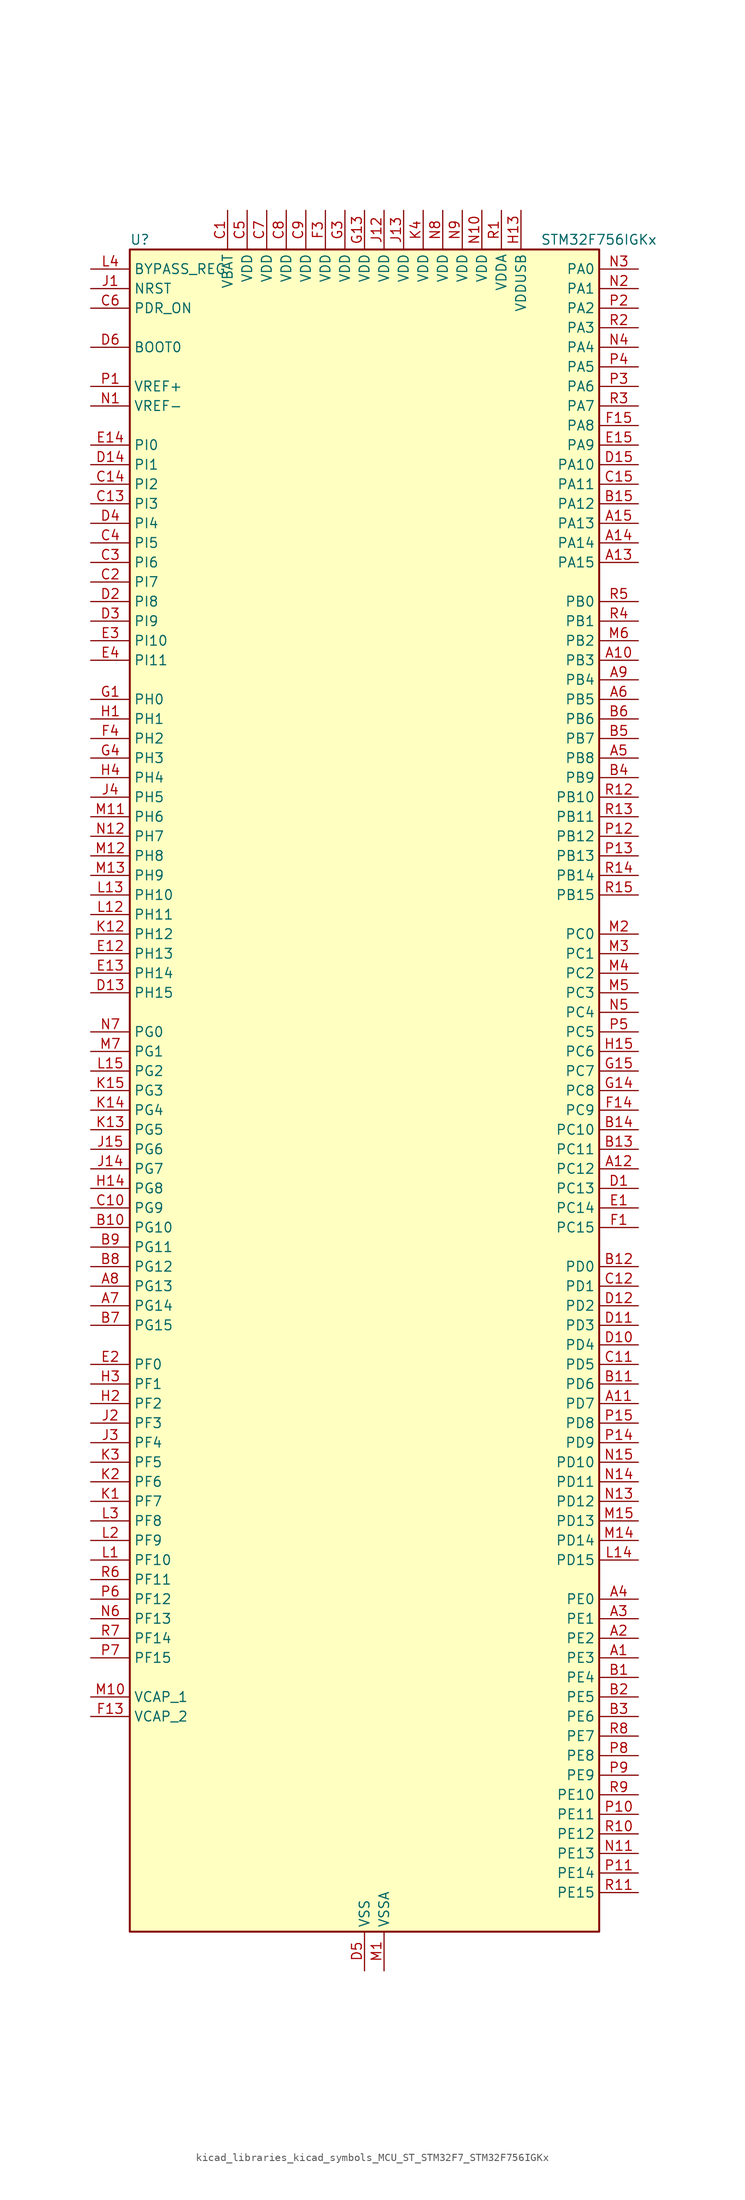
<source format=kicad_sym>
(kicad_symbol_lib
  (version 20220914)
  (generator kicad_symbol_editor)
  (symbol "kicad_libraries_kicad_symbols_MCU_ST_STM32F7_STM32F756IGKx"
    (property "Reference" "U"
      (at -30.48 110.49 0)
      (effects (font (size 1.27 1.27)) (justify left)))
    (property "Value" "STM32F756IGKx"
      (at 22.86 110.49 0)
      (effects (font (size 1.27 1.27)) (justify left)))
    (property "ki_locked" ""
      (at 0 0 0)
      (effects (font (size 1.27 1.27))))
    (symbol "kicad_libraries_kicad_symbols_MCU_ST_STM32F7_STM32F756IGKx_0_1"
      (rectangle (start -30.48 -109.22) (end 30.48 109.22) (stroke (width 0.254) (type default)) (fill (type background))))
    (symbol "kicad_libraries_kicad_symbols_MCU_ST_STM32F7_STM32F756IGKx_1_1"
      (pin bidirectional line (at 35.56 -73.66 180) (length 5.08) (name "PE3" (effects (font (size 1.27 1.27)))) (number "A1" (effects (font (size 1.27 1.27)))) (alternate "FMC_A19" bidirectional line) (alternate "SAI1_SD_B" bidirectional line) (alternate "SYS_TRACED0" bidirectional line))
      (pin bidirectional line (at 35.56 55.88 180) (length 5.08) (name "PB3" (effects (font (size 1.27 1.27)))) (number "A10" (effects (font (size 1.27 1.27)))) (alternate "I2S1_CK" bidirectional line) (alternate "I2S3_CK" bidirectional line) (alternate "SPI1_SCK" bidirectional line) (alternate "SPI3_SCK" bidirectional line) (alternate "SYS_JTDO-SWO" bidirectional line) (alternate "TIM2_CH2" bidirectional line))
      (pin bidirectional line (at 35.56 -40.64 180) (length 5.08) (name "PD7" (effects (font (size 1.27 1.27)))) (number "A11" (effects (font (size 1.27 1.27)))) (alternate "FMC_NE1" bidirectional line) (alternate "SPDIFRX_IN0" bidirectional line) (alternate "USART2_CK" bidirectional line))
      (pin bidirectional line (at 35.56 -10.16 180) (length 5.08) (name "PC12" (effects (font (size 1.27 1.27)))) (number "A12" (effects (font (size 1.27 1.27)))) (alternate "DCMI_D9" bidirectional line) (alternate "I2S3_SD" bidirectional line) (alternate "SDMMC1_CK" bidirectional line) (alternate "SPI3_MOSI" bidirectional line) (alternate "SYS_TRACED3" bidirectional line) (alternate "UART5_TX" bidirectional line) (alternate "USART3_CK" bidirectional line))
      (pin bidirectional line (at 35.56 68.58 180) (length 5.08) (name "PA15" (effects (font (size 1.27 1.27)))) (number "A13" (effects (font (size 1.27 1.27)))) (alternate "CEC" bidirectional line) (alternate "I2S1_WS" bidirectional line) (alternate "I2S3_WS" bidirectional line) (alternate "SPI1_NSS" bidirectional line) (alternate "SPI3_NSS" bidirectional line) (alternate "SYS_JTDI" bidirectional line) (alternate "TIM2_CH1" bidirectional line) (alternate "TIM2_ETR" bidirectional line) (alternate "UART4_DE" bidirectional line) (alternate "UART4_RTS" bidirectional line))
      (pin bidirectional line (at 35.56 71.12 180) (length 5.08) (name "PA14" (effects (font (size 1.27 1.27)))) (number "A14" (effects (font (size 1.27 1.27)))) (alternate "SYS_JTCK-SWCLK" bidirectional line))
      (pin bidirectional line (at 35.56 73.66 180) (length 5.08) (name "PA13" (effects (font (size 1.27 1.27)))) (number "A15" (effects (font (size 1.27 1.27)))) (alternate "SYS_JTMS-SWDIO" bidirectional line))
      (pin bidirectional line (at 35.56 -71.12 180) (length 5.08) (name "PE2" (effects (font (size 1.27 1.27)))) (number "A2" (effects (font (size 1.27 1.27)))) (alternate "ETH_TXD3" bidirectional line) (alternate "FMC_A23" bidirectional line) (alternate "QUADSPI_BK1_IO2" bidirectional line) (alternate "SAI1_MCLK_A" bidirectional line) (alternate "SPI4_SCK" bidirectional line) (alternate "SYS_TRACECLK" bidirectional line))
      (pin bidirectional line (at 35.56 -68.58 180) (length 5.08) (name "PE1" (effects (font (size 1.27 1.27)))) (number "A3" (effects (font (size 1.27 1.27)))) (alternate "DCMI_D3" bidirectional line) (alternate "FMC_NBL1" bidirectional line) (alternate "LPTIM1_IN2" bidirectional line) (alternate "UART8_TX" bidirectional line))
      (pin bidirectional line (at 35.56 -66.04 180) (length 5.08) (name "PE0" (effects (font (size 1.27 1.27)))) (number "A4" (effects (font (size 1.27 1.27)))) (alternate "DCMI_D2" bidirectional line) (alternate "FMC_NBL0" bidirectional line) (alternate "LPTIM1_ETR" bidirectional line) (alternate "SAI2_MCLK_A" bidirectional line) (alternate "TIM4_ETR" bidirectional line) (alternate "UART8_RX" bidirectional line))
      (pin bidirectional line (at 35.56 43.18 180) (length 5.08) (name "PB8" (effects (font (size 1.27 1.27)))) (number "A5" (effects (font (size 1.27 1.27)))) (alternate "CAN1_RX" bidirectional line) (alternate "DCMI_D6" bidirectional line) (alternate "ETH_TXD3" bidirectional line) (alternate "I2C1_SCL" bidirectional line) (alternate "LTDC_B6" bidirectional line) (alternate "SDMMC1_D4" bidirectional line) (alternate "TIM10_CH1" bidirectional line) (alternate "TIM4_CH3" bidirectional line))
      (pin bidirectional line (at 35.56 50.8 180) (length 5.08) (name "PB5" (effects (font (size 1.27 1.27)))) (number "A6" (effects (font (size 1.27 1.27)))) (alternate "CAN2_RX" bidirectional line) (alternate "DCMI_D10" bidirectional line) (alternate "ETH_PPS_OUT" bidirectional line) (alternate "FMC_SDCKE1" bidirectional line) (alternate "I2C1_SMBA" bidirectional line) (alternate "I2S1_SD" bidirectional line) (alternate "I2S3_SD" bidirectional line) (alternate "SPI1_MOSI" bidirectional line) (alternate "SPI3_MOSI" bidirectional line) (alternate "TIM3_CH2" bidirectional line) (alternate "USB_OTG_HS_ULPI_D7" bidirectional line))
      (pin bidirectional line (at -35.56 -27.94 0) (length 5.08) (name "PG14" (effects (font (size 1.27 1.27)))) (number "A7" (effects (font (size 1.27 1.27)))) (alternate "ETH_TXD1" bidirectional line) (alternate "FMC_A25" bidirectional line) (alternate "LPTIM1_ETR" bidirectional line) (alternate "LTDC_B0" bidirectional line) (alternate "QUADSPI_BK2_IO3" bidirectional line) (alternate "SPI6_MOSI" bidirectional line) (alternate "SYS_TRACED1" bidirectional line) (alternate "USART6_TX" bidirectional line))
      (pin bidirectional line (at -35.56 -25.4 0) (length 5.08) (name "PG13" (effects (font (size 1.27 1.27)))) (number "A8" (effects (font (size 1.27 1.27)))) (alternate "ETH_TXD0" bidirectional line) (alternate "FMC_A24" bidirectional line) (alternate "LPTIM1_OUT" bidirectional line) (alternate "LTDC_R0" bidirectional line) (alternate "SPI6_SCK" bidirectional line) (alternate "SYS_TRACED0" bidirectional line) (alternate "USART6_CTS" bidirectional line))
      (pin bidirectional line (at 35.56 53.34 180) (length 5.08) (name "PB4" (effects (font (size 1.27 1.27)))) (number "A9" (effects (font (size 1.27 1.27)))) (alternate "I2S2_WS" bidirectional line) (alternate "SPI1_MISO" bidirectional line) (alternate "SPI2_NSS" bidirectional line) (alternate "SPI3_MISO" bidirectional line) (alternate "SYS_JTRST" bidirectional line) (alternate "TIM3_CH1" bidirectional line))
      (pin bidirectional line (at 35.56 -76.2 180) (length 5.08) (name "PE4" (effects (font (size 1.27 1.27)))) (number "B1" (effects (font (size 1.27 1.27)))) (alternate "DCMI_D4" bidirectional line) (alternate "FMC_A20" bidirectional line) (alternate "LTDC_B0" bidirectional line) (alternate "SAI1_FS_A" bidirectional line) (alternate "SPI4_NSS" bidirectional line) (alternate "SYS_TRACED1" bidirectional line))
      (pin bidirectional line (at -35.56 -17.78 0) (length 5.08) (name "PG10" (effects (font (size 1.27 1.27)))) (number "B10" (effects (font (size 1.27 1.27)))) (alternate "DCMI_D2" bidirectional line) (alternate "FMC_NE3" bidirectional line) (alternate "LTDC_B2" bidirectional line) (alternate "LTDC_G3" bidirectional line) (alternate "SAI2_SD_B" bidirectional line))
      (pin bidirectional line (at 35.56 -38.1 180) (length 5.08) (name "PD6" (effects (font (size 1.27 1.27)))) (number "B11" (effects (font (size 1.27 1.27)))) (alternate "DCMI_D10" bidirectional line) (alternate "FMC_NWAIT" bidirectional line) (alternate "I2S3_SD" bidirectional line) (alternate "LTDC_B2" bidirectional line) (alternate "SAI1_SD_A" bidirectional line) (alternate "SPI3_MOSI" bidirectional line) (alternate "USART2_RX" bidirectional line))
      (pin bidirectional line (at 35.56 -22.86 180) (length 5.08) (name "PD0" (effects (font (size 1.27 1.27)))) (number "B12" (effects (font (size 1.27 1.27)))) (alternate "CAN1_RX" bidirectional line) (alternate "FMC_D2" bidirectional line) (alternate "FMC_DA2" bidirectional line))
      (pin bidirectional line (at 35.56 -7.62 180) (length 5.08) (name "PC11" (effects (font (size 1.27 1.27)))) (number "B13" (effects (font (size 1.27 1.27)))) (alternate "ADC1_EXTI11" bidirectional line) (alternate "ADC2_EXTI11" bidirectional line) (alternate "ADC3_EXTI11" bidirectional line) (alternate "DCMI_D4" bidirectional line) (alternate "QUADSPI_BK2_NCS" bidirectional line) (alternate "SDMMC1_D3" bidirectional line) (alternate "SPI3_MISO" bidirectional line) (alternate "UART4_RX" bidirectional line) (alternate "USART3_RX" bidirectional line))
      (pin bidirectional line (at 35.56 -5.08 180) (length 5.08) (name "PC10" (effects (font (size 1.27 1.27)))) (number "B14" (effects (font (size 1.27 1.27)))) (alternate "DCMI_D8" bidirectional line) (alternate "I2S3_CK" bidirectional line) (alternate "LTDC_R2" bidirectional line) (alternate "QUADSPI_BK1_IO1" bidirectional line) (alternate "SDMMC1_D2" bidirectional line) (alternate "SPI3_SCK" bidirectional line) (alternate "UART4_TX" bidirectional line) (alternate "USART3_TX" bidirectional line))
      (pin bidirectional line (at 35.56 76.2 180) (length 5.08) (name "PA12" (effects (font (size 1.27 1.27)))) (number "B15" (effects (font (size 1.27 1.27)))) (alternate "CAN1_TX" bidirectional line) (alternate "LTDC_R5" bidirectional line) (alternate "SAI2_FS_B" bidirectional line) (alternate "TIM1_ETR" bidirectional line) (alternate "USART1_DE" bidirectional line) (alternate "USART1_RTS" bidirectional line) (alternate "USB_OTG_FS_DP" bidirectional line))
      (pin bidirectional line (at 35.56 -78.74 180) (length 5.08) (name "PE5" (effects (font (size 1.27 1.27)))) (number "B2" (effects (font (size 1.27 1.27)))) (alternate "DCMI_D6" bidirectional line) (alternate "FMC_A21" bidirectional line) (alternate "LTDC_G0" bidirectional line) (alternate "SAI1_SCK_A" bidirectional line) (alternate "SPI4_MISO" bidirectional line) (alternate "SYS_TRACED2" bidirectional line) (alternate "TIM9_CH1" bidirectional line))
      (pin bidirectional line (at 35.56 -81.28 180) (length 5.08) (name "PE6" (effects (font (size 1.27 1.27)))) (number "B3" (effects (font (size 1.27 1.27)))) (alternate "DCMI_D7" bidirectional line) (alternate "FMC_A22" bidirectional line) (alternate "LTDC_G1" bidirectional line) (alternate "SAI1_SD_A" bidirectional line) (alternate "SAI2_MCLK_B" bidirectional line) (alternate "SPI4_MOSI" bidirectional line) (alternate "SYS_TRACED3" bidirectional line) (alternate "TIM1_BKIN2" bidirectional line) (alternate "TIM9_CH2" bidirectional line))
      (pin bidirectional line (at 35.56 40.64 180) (length 5.08) (name "PB9" (effects (font (size 1.27 1.27)))) (number "B4" (effects (font (size 1.27 1.27)))) (alternate "CAN1_TX" bidirectional line) (alternate "DAC_EXTI9" bidirectional line) (alternate "DCMI_D7" bidirectional line) (alternate "I2C1_SDA" bidirectional line) (alternate "I2S2_WS" bidirectional line) (alternate "LTDC_B7" bidirectional line) (alternate "SDMMC1_D5" bidirectional line) (alternate "SPI2_NSS" bidirectional line) (alternate "TIM11_CH1" bidirectional line) (alternate "TIM4_CH4" bidirectional line))
      (pin bidirectional line (at 35.56 45.72 180) (length 5.08) (name "PB7" (effects (font (size 1.27 1.27)))) (number "B5" (effects (font (size 1.27 1.27)))) (alternate "DCMI_VSYNC" bidirectional line) (alternate "FMC_NL" bidirectional line) (alternate "I2C1_SDA" bidirectional line) (alternate "TIM4_CH2" bidirectional line) (alternate "USART1_RX" bidirectional line))
      (pin bidirectional line (at 35.56 48.26 180) (length 5.08) (name "PB6" (effects (font (size 1.27 1.27)))) (number "B6" (effects (font (size 1.27 1.27)))) (alternate "CAN2_TX" bidirectional line) (alternate "CEC" bidirectional line) (alternate "DCMI_D5" bidirectional line) (alternate "FMC_SDNE1" bidirectional line) (alternate "I2C1_SCL" bidirectional line) (alternate "QUADSPI_BK1_NCS" bidirectional line) (alternate "TIM4_CH1" bidirectional line) (alternate "USART1_TX" bidirectional line))
      (pin bidirectional line (at -35.56 -30.48 0) (length 5.08) (name "PG15" (effects (font (size 1.27 1.27)))) (number "B7" (effects (font (size 1.27 1.27)))) (alternate "DCMI_D13" bidirectional line) (alternate "FMC_SDNCAS" bidirectional line) (alternate "USART6_CTS" bidirectional line))
      (pin bidirectional line (at -35.56 -22.86 0) (length 5.08) (name "PG12" (effects (font (size 1.27 1.27)))) (number "B8" (effects (font (size 1.27 1.27)))) (alternate "FMC_NE4" bidirectional line) (alternate "LPTIM1_IN1" bidirectional line) (alternate "LTDC_B1" bidirectional line) (alternate "LTDC_B4" bidirectional line) (alternate "SPDIFRX_IN1" bidirectional line) (alternate "SPI6_MISO" bidirectional line) (alternate "USART6_DE" bidirectional line) (alternate "USART6_RTS" bidirectional line))
      (pin bidirectional line (at -35.56 -20.32 0) (length 5.08) (name "PG11" (effects (font (size 1.27 1.27)))) (number "B9" (effects (font (size 1.27 1.27)))) (alternate "ADC1_EXTI11" bidirectional line) (alternate "ADC2_EXTI11" bidirectional line) (alternate "ADC3_EXTI11" bidirectional line) (alternate "DCMI_D3" bidirectional line) (alternate "ETH_TX_EN" bidirectional line) (alternate "LTDC_B3" bidirectional line) (alternate "SPDIFRX_IN0" bidirectional line))
      (pin power_in line (at -17.78 114.3 270) (length 5.08) (name "VBAT" (effects (font (size 1.27 1.27)))) (number "C1" (effects (font (size 1.27 1.27)))))
      (pin bidirectional line (at -35.56 -15.24 0) (length 5.08) (name "PG9" (effects (font (size 1.27 1.27)))) (number "C10" (effects (font (size 1.27 1.27)))) (alternate "DAC_EXTI9" bidirectional line) (alternate "DCMI_VSYNC" bidirectional line) (alternate "FMC_NCE" bidirectional line) (alternate "FMC_NE2" bidirectional line) (alternate "QUADSPI_BK2_IO2" bidirectional line) (alternate "SAI2_FS_B" bidirectional line) (alternate "SPDIFRX_IN3" bidirectional line) (alternate "USART6_RX" bidirectional line))
      (pin bidirectional line (at 35.56 -35.56 180) (length 5.08) (name "PD5" (effects (font (size 1.27 1.27)))) (number "C11" (effects (font (size 1.27 1.27)))) (alternate "FMC_NWE" bidirectional line) (alternate "USART2_TX" bidirectional line))
      (pin bidirectional line (at 35.56 -25.4 180) (length 5.08) (name "PD1" (effects (font (size 1.27 1.27)))) (number "C12" (effects (font (size 1.27 1.27)))) (alternate "CAN1_TX" bidirectional line) (alternate "FMC_D3" bidirectional line) (alternate "FMC_DA3" bidirectional line))
      (pin bidirectional line (at -35.56 76.2 0) (length 5.08) (name "PI3" (effects (font (size 1.27 1.27)))) (number "C13" (effects (font (size 1.27 1.27)))) (alternate "DCMI_D10" bidirectional line) (alternate "FMC_D27" bidirectional line) (alternate "I2S2_SD" bidirectional line) (alternate "SPI2_MOSI" bidirectional line) (alternate "TIM8_ETR" bidirectional line))
      (pin bidirectional line (at -35.56 78.74 0) (length 5.08) (name "PI2" (effects (font (size 1.27 1.27)))) (number "C14" (effects (font (size 1.27 1.27)))) (alternate "DCMI_D9" bidirectional line) (alternate "FMC_D26" bidirectional line) (alternate "LTDC_G7" bidirectional line) (alternate "SPI2_MISO" bidirectional line) (alternate "TIM8_CH4" bidirectional line))
      (pin bidirectional line (at 35.56 78.74 180) (length 5.08) (name "PA11" (effects (font (size 1.27 1.27)))) (number "C15" (effects (font (size 1.27 1.27)))) (alternate "ADC1_EXTI11" bidirectional line) (alternate "ADC2_EXTI11" bidirectional line) (alternate "ADC3_EXTI11" bidirectional line) (alternate "CAN1_RX" bidirectional line) (alternate "LTDC_R4" bidirectional line) (alternate "TIM1_CH4" bidirectional line) (alternate "USART1_CTS" bidirectional line) (alternate "USB_OTG_FS_DM" bidirectional line))
      (pin bidirectional line (at -35.56 66.04 0) (length 5.08) (name "PI7" (effects (font (size 1.27 1.27)))) (number "C2" (effects (font (size 1.27 1.27)))) (alternate "DCMI_D7" bidirectional line) (alternate "FMC_D29" bidirectional line) (alternate "LTDC_B7" bidirectional line) (alternate "SAI2_FS_A" bidirectional line) (alternate "TIM8_CH3" bidirectional line))
      (pin bidirectional line (at -35.56 68.58 0) (length 5.08) (name "PI6" (effects (font (size 1.27 1.27)))) (number "C3" (effects (font (size 1.27 1.27)))) (alternate "DCMI_D6" bidirectional line) (alternate "FMC_D28" bidirectional line) (alternate "LTDC_B6" bidirectional line) (alternate "SAI2_SD_A" bidirectional line) (alternate "TIM8_CH2" bidirectional line))
      (pin bidirectional line (at -35.56 71.12 0) (length 5.08) (name "PI5" (effects (font (size 1.27 1.27)))) (number "C4" (effects (font (size 1.27 1.27)))) (alternate "DCMI_VSYNC" bidirectional line) (alternate "FMC_NBL3" bidirectional line) (alternate "LTDC_B5" bidirectional line) (alternate "SAI2_SCK_A" bidirectional line) (alternate "TIM8_CH1" bidirectional line))
      (pin power_in line (at -15.24 114.3 270) (length 5.08) (name "VDD" (effects (font (size 1.27 1.27)))) (number "C5" (effects (font (size 1.27 1.27)))))
      (pin input line (at -35.56 101.6 0) (length 5.08) (name "PDR_ON" (effects (font (size 1.27 1.27)))) (number "C6" (effects (font (size 1.27 1.27)))))
      (pin power_in line (at -12.7 114.3 270) (length 5.08) (name "VDD" (effects (font (size 1.27 1.27)))) (number "C7" (effects (font (size 1.27 1.27)))))
      (pin power_in line (at -10.16 114.3 270) (length 5.08) (name "VDD" (effects (font (size 1.27 1.27)))) (number "C8" (effects (font (size 1.27 1.27)))))
      (pin power_in line (at -7.62 114.3 270) (length 5.08) (name "VDD" (effects (font (size 1.27 1.27)))) (number "C9" (effects (font (size 1.27 1.27)))))
      (pin bidirectional line (at 35.56 -12.7 180) (length 5.08) (name "PC13" (effects (font (size 1.27 1.27)))) (number "D1" (effects (font (size 1.27 1.27)))) (alternate "RTC_OUT" bidirectional line) (alternate "RTC_TAMP1" bidirectional line) (alternate "RTC_TS" bidirectional line) (alternate "SYS_WKUP4" bidirectional line))
      (pin bidirectional line (at 35.56 -33.02 180) (length 5.08) (name "PD4" (effects (font (size 1.27 1.27)))) (number "D10" (effects (font (size 1.27 1.27)))) (alternate "FMC_NOE" bidirectional line) (alternate "USART2_DE" bidirectional line) (alternate "USART2_RTS" bidirectional line))
      (pin bidirectional line (at 35.56 -30.48 180) (length 5.08) (name "PD3" (effects (font (size 1.27 1.27)))) (number "D11" (effects (font (size 1.27 1.27)))) (alternate "DCMI_D5" bidirectional line) (alternate "FMC_CLK" bidirectional line) (alternate "I2S2_CK" bidirectional line) (alternate "LTDC_G7" bidirectional line) (alternate "SPI2_SCK" bidirectional line) (alternate "USART2_CTS" bidirectional line))
      (pin bidirectional line (at 35.56 -27.94 180) (length 5.08) (name "PD2" (effects (font (size 1.27 1.27)))) (number "D12" (effects (font (size 1.27 1.27)))) (alternate "DCMI_D11" bidirectional line) (alternate "SDMMC1_CMD" bidirectional line) (alternate "SYS_TRACED2" bidirectional line) (alternate "TIM3_ETR" bidirectional line) (alternate "UART5_RX" bidirectional line))
      (pin bidirectional line (at -35.56 12.7 0) (length 5.08) (name "PH15" (effects (font (size 1.27 1.27)))) (number "D13" (effects (font (size 1.27 1.27)))) (alternate "DCMI_D11" bidirectional line) (alternate "FMC_D23" bidirectional line) (alternate "LTDC_G4" bidirectional line) (alternate "TIM8_CH3N" bidirectional line))
      (pin bidirectional line (at -35.56 81.28 0) (length 5.08) (name "PI1" (effects (font (size 1.27 1.27)))) (number "D14" (effects (font (size 1.27 1.27)))) (alternate "DCMI_D8" bidirectional line) (alternate "FMC_D25" bidirectional line) (alternate "I2S2_CK" bidirectional line) (alternate "LTDC_G6" bidirectional line) (alternate "SPI2_SCK" bidirectional line) (alternate "TIM8_BKIN2" bidirectional line))
      (pin bidirectional line (at 35.56 81.28 180) (length 5.08) (name "PA10" (effects (font (size 1.27 1.27)))) (number "D15" (effects (font (size 1.27 1.27)))) (alternate "DCMI_D1" bidirectional line) (alternate "TIM1_CH3" bidirectional line) (alternate "USART1_RX" bidirectional line) (alternate "USB_OTG_FS_ID" bidirectional line))
      (pin bidirectional line (at -35.56 63.5 0) (length 5.08) (name "PI8" (effects (font (size 1.27 1.27)))) (number "D2" (effects (font (size 1.27 1.27)))) (alternate "RTC_TAMP2" bidirectional line) (alternate "RTC_TS" bidirectional line) (alternate "SYS_WKUP5" bidirectional line))
      (pin bidirectional line (at -35.56 60.96 0) (length 5.08) (name "PI9" (effects (font (size 1.27 1.27)))) (number "D3" (effects (font (size 1.27 1.27)))) (alternate "CAN1_RX" bidirectional line) (alternate "DAC_EXTI9" bidirectional line) (alternate "FMC_D30" bidirectional line) (alternate "LTDC_VSYNC" bidirectional line))
      (pin bidirectional line (at -35.56 73.66 0) (length 5.08) (name "PI4" (effects (font (size 1.27 1.27)))) (number "D4" (effects (font (size 1.27 1.27)))) (alternate "DCMI_D5" bidirectional line) (alternate "FMC_NBL2" bidirectional line) (alternate "LTDC_B4" bidirectional line) (alternate "SAI2_MCLK_A" bidirectional line) (alternate "TIM8_BKIN" bidirectional line))
      (pin power_in line (at 0 -114.3 90) (length 5.08) (name "VSS" (effects (font (size 1.27 1.27)))) (number "D5" (effects (font (size 1.27 1.27)))))
      (pin input line (at -35.56 96.52 0) (length 5.08) (name "BOOT0" (effects (font (size 1.27 1.27)))) (number "D6" (effects (font (size 1.27 1.27)))))
      (pin passive line (at 0 -114.3 90) (length 5.08) hide (name "VSS" (effects (font (size 1.27 1.27)))) (number "D7" (effects (font (size 1.27 1.27)))))
      (pin passive line (at 0 -114.3 90) (length 5.08) hide (name "VSS" (effects (font (size 1.27 1.27)))) (number "D8" (effects (font (size 1.27 1.27)))))
      (pin passive line (at 0 -114.3 90) (length 5.08) hide (name "VSS" (effects (font (size 1.27 1.27)))) (number "D9" (effects (font (size 1.27 1.27)))))
      (pin bidirectional line (at 35.56 -15.24 180) (length 5.08) (name "PC14" (effects (font (size 1.27 1.27)))) (number "E1" (effects (font (size 1.27 1.27)))) (alternate "RCC_OSC32_IN" bidirectional line))
      (pin bidirectional line (at -35.56 17.78 0) (length 5.08) (name "PH13" (effects (font (size 1.27 1.27)))) (number "E12" (effects (font (size 1.27 1.27)))) (alternate "CAN1_TX" bidirectional line) (alternate "FMC_D21" bidirectional line) (alternate "LTDC_G2" bidirectional line) (alternate "TIM8_CH1N" bidirectional line))
      (pin bidirectional line (at -35.56 15.24 0) (length 5.08) (name "PH14" (effects (font (size 1.27 1.27)))) (number "E13" (effects (font (size 1.27 1.27)))) (alternate "DCMI_D4" bidirectional line) (alternate "FMC_D22" bidirectional line) (alternate "LTDC_G3" bidirectional line) (alternate "TIM8_CH2N" bidirectional line))
      (pin bidirectional line (at -35.56 83.82 0) (length 5.08) (name "PI0" (effects (font (size 1.27 1.27)))) (number "E14" (effects (font (size 1.27 1.27)))) (alternate "DCMI_D13" bidirectional line) (alternate "FMC_D24" bidirectional line) (alternate "I2S2_WS" bidirectional line) (alternate "LTDC_G5" bidirectional line) (alternate "SPI2_NSS" bidirectional line) (alternate "TIM5_CH4" bidirectional line))
      (pin bidirectional line (at 35.56 83.82 180) (length 5.08) (name "PA9" (effects (font (size 1.27 1.27)))) (number "E15" (effects (font (size 1.27 1.27)))) (alternate "DAC_EXTI9" bidirectional line) (alternate "DCMI_D0" bidirectional line) (alternate "I2C3_SMBA" bidirectional line) (alternate "I2S2_CK" bidirectional line) (alternate "SPI2_SCK" bidirectional line) (alternate "TIM1_CH2" bidirectional line) (alternate "USART1_TX" bidirectional line) (alternate "USB_OTG_FS_VBUS" bidirectional line))
      (pin bidirectional line (at -35.56 -35.56 0) (length 5.08) (name "PF0" (effects (font (size 1.27 1.27)))) (number "E2" (effects (font (size 1.27 1.27)))) (alternate "FMC_A0" bidirectional line) (alternate "I2C2_SDA" bidirectional line))
      (pin bidirectional line (at -35.56 58.42 0) (length 5.08) (name "PI10" (effects (font (size 1.27 1.27)))) (number "E3" (effects (font (size 1.27 1.27)))) (alternate "ETH_RX_ER" bidirectional line) (alternate "FMC_D31" bidirectional line) (alternate "LTDC_HSYNC" bidirectional line))
      (pin bidirectional line (at -35.56 55.88 0) (length 5.08) (name "PI11" (effects (font (size 1.27 1.27)))) (number "E4" (effects (font (size 1.27 1.27)))) (alternate "ADC1_EXTI11" bidirectional line) (alternate "ADC2_EXTI11" bidirectional line) (alternate "ADC3_EXTI11" bidirectional line) (alternate "SYS_WKUP6" bidirectional line) (alternate "USB_OTG_HS_ULPI_DIR" bidirectional line))
      (pin bidirectional line (at 35.56 -17.78 180) (length 5.08) (name "PC15" (effects (font (size 1.27 1.27)))) (number "F1" (effects (font (size 1.27 1.27)))) (alternate "RCC_OSC32_OUT" bidirectional line))
      (pin passive line (at 0 -114.3 90) (length 5.08) hide (name "VSS" (effects (font (size 1.27 1.27)))) (number "F10" (effects (font (size 1.27 1.27)))))
      (pin passive line (at 0 -114.3 90) (length 5.08) hide (name "VSS" (effects (font (size 1.27 1.27)))) (number "F12" (effects (font (size 1.27 1.27)))))
      (pin power_out line (at -35.56 -81.28 0) (length 5.08) (name "VCAP_2" (effects (font (size 1.27 1.27)))) (number "F13" (effects (font (size 1.27 1.27)))))
      (pin bidirectional line (at 35.56 -2.54 180) (length 5.08) (name "PC9" (effects (font (size 1.27 1.27)))) (number "F14" (effects (font (size 1.27 1.27)))) (alternate "DAC_EXTI9" bidirectional line) (alternate "DCMI_D3" bidirectional line) (alternate "I2C3_SDA" bidirectional line) (alternate "I2S_CKIN" bidirectional line) (alternate "QUADSPI_BK1_IO0" bidirectional line) (alternate "RCC_MCO_2" bidirectional line) (alternate "SDMMC1_D1" bidirectional line) (alternate "TIM3_CH4" bidirectional line) (alternate "TIM8_CH4" bidirectional line) (alternate "UART5_CTS" bidirectional line))
      (pin bidirectional line (at 35.56 86.36 180) (length 5.08) (name "PA8" (effects (font (size 1.27 1.27)))) (number "F15" (effects (font (size 1.27 1.27)))) (alternate "I2C3_SCL" bidirectional line) (alternate "LTDC_R6" bidirectional line) (alternate "RCC_MCO_1" bidirectional line) (alternate "TIM1_CH1" bidirectional line) (alternate "TIM8_BKIN2" bidirectional line) (alternate "USART1_CK" bidirectional line) (alternate "USB_OTG_FS_SOF" bidirectional line))
      (pin passive line (at 0 -114.3 90) (length 5.08) hide (name "VSS" (effects (font (size 1.27 1.27)))) (number "F2" (effects (font (size 1.27 1.27)))))
      (pin power_in line (at -5.08 114.3 270) (length 5.08) (name "VDD" (effects (font (size 1.27 1.27)))) (number "F3" (effects (font (size 1.27 1.27)))))
      (pin bidirectional line (at -35.56 45.72 0) (length 5.08) (name "PH2" (effects (font (size 1.27 1.27)))) (number "F4" (effects (font (size 1.27 1.27)))) (alternate "ETH_CRS" bidirectional line) (alternate "FMC_SDCKE0" bidirectional line) (alternate "LPTIM1_IN2" bidirectional line) (alternate "LTDC_R0" bidirectional line) (alternate "QUADSPI_BK2_IO0" bidirectional line) (alternate "SAI2_SCK_B" bidirectional line))
      (pin passive line (at 0 -114.3 90) (length 5.08) hide (name "VSS" (effects (font (size 1.27 1.27)))) (number "F6" (effects (font (size 1.27 1.27)))))
      (pin passive line (at 0 -114.3 90) (length 5.08) hide (name "VSS" (effects (font (size 1.27 1.27)))) (number "F7" (effects (font (size 1.27 1.27)))))
      (pin passive line (at 0 -114.3 90) (length 5.08) hide (name "VSS" (effects (font (size 1.27 1.27)))) (number "F8" (effects (font (size 1.27 1.27)))))
      (pin passive line (at 0 -114.3 90) (length 5.08) hide (name "VSS" (effects (font (size 1.27 1.27)))) (number "F9" (effects (font (size 1.27 1.27)))))
      (pin bidirectional line (at -35.56 50.8 0) (length 5.08) (name "PH0" (effects (font (size 1.27 1.27)))) (number "G1" (effects (font (size 1.27 1.27)))) (alternate "RCC_OSC_IN" bidirectional line))
      (pin passive line (at 0 -114.3 90) (length 5.08) hide (name "VSS" (effects (font (size 1.27 1.27)))) (number "G10" (effects (font (size 1.27 1.27)))))
      (pin passive line (at 0 -114.3 90) (length 5.08) hide (name "VSS" (effects (font (size 1.27 1.27)))) (number "G12" (effects (font (size 1.27 1.27)))))
      (pin power_in line (at 0 114.3 270) (length 5.08) (name "VDD" (effects (font (size 1.27 1.27)))) (number "G13" (effects (font (size 1.27 1.27)))))
      (pin bidirectional line (at 35.56 0 180) (length 5.08) (name "PC8" (effects (font (size 1.27 1.27)))) (number "G14" (effects (font (size 1.27 1.27)))) (alternate "DCMI_D2" bidirectional line) (alternate "SDMMC1_D0" bidirectional line) (alternate "SYS_TRACED1" bidirectional line) (alternate "TIM3_CH3" bidirectional line) (alternate "TIM8_CH3" bidirectional line) (alternate "UART5_DE" bidirectional line) (alternate "UART5_RTS" bidirectional line) (alternate "USART6_CK" bidirectional line))
      (pin bidirectional line (at 35.56 2.54 180) (length 5.08) (name "PC7" (effects (font (size 1.27 1.27)))) (number "G15" (effects (font (size 1.27 1.27)))) (alternate "DCMI_D1" bidirectional line) (alternate "I2S3_MCK" bidirectional line) (alternate "LTDC_G6" bidirectional line) (alternate "SDMMC1_D7" bidirectional line) (alternate "TIM3_CH2" bidirectional line) (alternate "TIM8_CH2" bidirectional line) (alternate "USART6_RX" bidirectional line))
      (pin passive line (at 0 -114.3 90) (length 5.08) hide (name "VSS" (effects (font (size 1.27 1.27)))) (number "G2" (effects (font (size 1.27 1.27)))))
      (pin power_in line (at -2.54 114.3 270) (length 5.08) (name "VDD" (effects (font (size 1.27 1.27)))) (number "G3" (effects (font (size 1.27 1.27)))))
      (pin bidirectional line (at -35.56 43.18 0) (length 5.08) (name "PH3" (effects (font (size 1.27 1.27)))) (number "G4" (effects (font (size 1.27 1.27)))) (alternate "ETH_COL" bidirectional line) (alternate "FMC_SDNE0" bidirectional line) (alternate "LTDC_R1" bidirectional line) (alternate "QUADSPI_BK2_IO1" bidirectional line) (alternate "SAI2_MCLK_B" bidirectional line))
      (pin passive line (at 0 -114.3 90) (length 5.08) hide (name "VSS" (effects (font (size 1.27 1.27)))) (number "G6" (effects (font (size 1.27 1.27)))))
      (pin passive line (at 0 -114.3 90) (length 5.08) hide (name "VSS" (effects (font (size 1.27 1.27)))) (number "G7" (effects (font (size 1.27 1.27)))))
      (pin passive line (at 0 -114.3 90) (length 5.08) hide (name "VSS" (effects (font (size 1.27 1.27)))) (number "G8" (effects (font (size 1.27 1.27)))))
      (pin passive line (at 0 -114.3 90) (length 5.08) hide (name "VSS" (effects (font (size 1.27 1.27)))) (number "G9" (effects (font (size 1.27 1.27)))))
      (pin bidirectional line (at -35.56 48.26 0) (length 5.08) (name "PH1" (effects (font (size 1.27 1.27)))) (number "H1" (effects (font (size 1.27 1.27)))) (alternate "RCC_OSC_OUT" bidirectional line))
      (pin passive line (at 0 -114.3 90) (length 5.08) hide (name "VSS" (effects (font (size 1.27 1.27)))) (number "H10" (effects (font (size 1.27 1.27)))))
      (pin passive line (at 0 -114.3 90) (length 5.08) hide (name "VSS" (effects (font (size 1.27 1.27)))) (number "H12" (effects (font (size 1.27 1.27)))))
      (pin power_in line (at 20.32 114.3 270) (length 5.08) (name "VDDUSB" (effects (font (size 1.27 1.27)))) (number "H13" (effects (font (size 1.27 1.27)))))
      (pin bidirectional line (at -35.56 -12.7 0) (length 5.08) (name "PG8" (effects (font (size 1.27 1.27)))) (number "H14" (effects (font (size 1.27 1.27)))) (alternate "ETH_PPS_OUT" bidirectional line) (alternate "FMC_SDCLK" bidirectional line) (alternate "SPDIFRX_IN2" bidirectional line) (alternate "SPI6_NSS" bidirectional line) (alternate "USART6_DE" bidirectional line) (alternate "USART6_RTS" bidirectional line))
      (pin bidirectional line (at 35.56 5.08 180) (length 5.08) (name "PC6" (effects (font (size 1.27 1.27)))) (number "H15" (effects (font (size 1.27 1.27)))) (alternate "DCMI_D0" bidirectional line) (alternate "I2S2_MCK" bidirectional line) (alternate "LTDC_HSYNC" bidirectional line) (alternate "SDMMC1_D6" bidirectional line) (alternate "TIM3_CH1" bidirectional line) (alternate "TIM8_CH1" bidirectional line) (alternate "USART6_TX" bidirectional line))
      (pin bidirectional line (at -35.56 -40.64 0) (length 5.08) (name "PF2" (effects (font (size 1.27 1.27)))) (number "H2" (effects (font (size 1.27 1.27)))) (alternate "FMC_A2" bidirectional line) (alternate "I2C2_SMBA" bidirectional line))
      (pin bidirectional line (at -35.56 -38.1 0) (length 5.08) (name "PF1" (effects (font (size 1.27 1.27)))) (number "H3" (effects (font (size 1.27 1.27)))) (alternate "FMC_A1" bidirectional line) (alternate "I2C2_SCL" bidirectional line))
      (pin bidirectional line (at -35.56 40.64 0) (length 5.08) (name "PH4" (effects (font (size 1.27 1.27)))) (number "H4" (effects (font (size 1.27 1.27)))) (alternate "I2C2_SCL" bidirectional line) (alternate "USB_OTG_HS_ULPI_NXT" bidirectional line))
      (pin passive line (at 0 -114.3 90) (length 5.08) hide (name "VSS" (effects (font (size 1.27 1.27)))) (number "H6" (effects (font (size 1.27 1.27)))))
      (pin passive line (at 0 -114.3 90) (length 5.08) hide (name "VSS" (effects (font (size 1.27 1.27)))) (number "H7" (effects (font (size 1.27 1.27)))))
      (pin passive line (at 0 -114.3 90) (length 5.08) hide (name "VSS" (effects (font (size 1.27 1.27)))) (number "H8" (effects (font (size 1.27 1.27)))))
      (pin passive line (at 0 -114.3 90) (length 5.08) hide (name "VSS" (effects (font (size 1.27 1.27)))) (number "H9" (effects (font (size 1.27 1.27)))))
      (pin input line (at -35.56 104.14 0) (length 5.08) (name "NRST" (effects (font (size 1.27 1.27)))) (number "J1" (effects (font (size 1.27 1.27)))))
      (pin passive line (at 0 -114.3 90) (length 5.08) hide (name "VSS" (effects (font (size 1.27 1.27)))) (number "J10" (effects (font (size 1.27 1.27)))))
      (pin power_in line (at 2.54 114.3 270) (length 5.08) (name "VDD" (effects (font (size 1.27 1.27)))) (number "J12" (effects (font (size 1.27 1.27)))))
      (pin power_in line (at 5.08 114.3 270) (length 5.08) (name "VDD" (effects (font (size 1.27 1.27)))) (number "J13" (effects (font (size 1.27 1.27)))))
      (pin bidirectional line (at -35.56 -10.16 0) (length 5.08) (name "PG7" (effects (font (size 1.27 1.27)))) (number "J14" (effects (font (size 1.27 1.27)))) (alternate "DCMI_D13" bidirectional line) (alternate "FMC_INT" bidirectional line) (alternate "LTDC_CLK" bidirectional line) (alternate "USART6_CK" bidirectional line))
      (pin bidirectional line (at -35.56 -7.62 0) (length 5.08) (name "PG6" (effects (font (size 1.27 1.27)))) (number "J15" (effects (font (size 1.27 1.27)))) (alternate "DCMI_D12" bidirectional line) (alternate "LTDC_R7" bidirectional line))
      (pin bidirectional line (at -35.56 -43.18 0) (length 5.08) (name "PF3" (effects (font (size 1.27 1.27)))) (number "J2" (effects (font (size 1.27 1.27)))) (alternate "ADC3_IN9" bidirectional line) (alternate "FMC_A3" bidirectional line))
      (pin bidirectional line (at -35.56 -45.72 0) (length 5.08) (name "PF4" (effects (font (size 1.27 1.27)))) (number "J3" (effects (font (size 1.27 1.27)))) (alternate "ADC3_IN14" bidirectional line) (alternate "FMC_A4" bidirectional line))
      (pin bidirectional line (at -35.56 38.1 0) (length 5.08) (name "PH5" (effects (font (size 1.27 1.27)))) (number "J4" (effects (font (size 1.27 1.27)))) (alternate "FMC_SDNWE" bidirectional line) (alternate "I2C2_SDA" bidirectional line) (alternate "SPI5_NSS" bidirectional line))
      (pin passive line (at 0 -114.3 90) (length 5.08) hide (name "VSS" (effects (font (size 1.27 1.27)))) (number "J6" (effects (font (size 1.27 1.27)))))
      (pin passive line (at 0 -114.3 90) (length 5.08) hide (name "VSS" (effects (font (size 1.27 1.27)))) (number "J7" (effects (font (size 1.27 1.27)))))
      (pin passive line (at 0 -114.3 90) (length 5.08) hide (name "VSS" (effects (font (size 1.27 1.27)))) (number "J8" (effects (font (size 1.27 1.27)))))
      (pin passive line (at 0 -114.3 90) (length 5.08) hide (name "VSS" (effects (font (size 1.27 1.27)))) (number "J9" (effects (font (size 1.27 1.27)))))
      (pin bidirectional line (at -35.56 -53.34 0) (length 5.08) (name "PF7" (effects (font (size 1.27 1.27)))) (number "K1" (effects (font (size 1.27 1.27)))) (alternate "ADC3_IN5" bidirectional line) (alternate "QUADSPI_BK1_IO2" bidirectional line) (alternate "SAI1_MCLK_B" bidirectional line) (alternate "SPI5_SCK" bidirectional line) (alternate "TIM11_CH1" bidirectional line) (alternate "UART7_TX" bidirectional line))
      (pin passive line (at 0 -114.3 90) (length 5.08) hide (name "VSS" (effects (font (size 1.27 1.27)))) (number "K10" (effects (font (size 1.27 1.27)))))
      (pin bidirectional line (at -35.56 20.32 0) (length 5.08) (name "PH12" (effects (font (size 1.27 1.27)))) (number "K12" (effects (font (size 1.27 1.27)))) (alternate "DCMI_D3" bidirectional line) (alternate "FMC_D20" bidirectional line) (alternate "I2C4_SDA" bidirectional line) (alternate "LTDC_R6" bidirectional line) (alternate "TIM5_CH3" bidirectional line))
      (pin bidirectional line (at -35.56 -5.08 0) (length 5.08) (name "PG5" (effects (font (size 1.27 1.27)))) (number "K13" (effects (font (size 1.27 1.27)))) (alternate "FMC_A15" bidirectional line) (alternate "FMC_BA1" bidirectional line))
      (pin bidirectional line (at -35.56 -2.54 0) (length 5.08) (name "PG4" (effects (font (size 1.27 1.27)))) (number "K14" (effects (font (size 1.27 1.27)))) (alternate "FMC_A14" bidirectional line) (alternate "FMC_BA0" bidirectional line))
      (pin bidirectional line (at -35.56 0 0) (length 5.08) (name "PG3" (effects (font (size 1.27 1.27)))) (number "K15" (effects (font (size 1.27 1.27)))) (alternate "FMC_A13" bidirectional line))
      (pin bidirectional line (at -35.56 -50.8 0) (length 5.08) (name "PF6" (effects (font (size 1.27 1.27)))) (number "K2" (effects (font (size 1.27 1.27)))) (alternate "ADC3_IN4" bidirectional line) (alternate "QUADSPI_BK1_IO3" bidirectional line) (alternate "SAI1_SD_B" bidirectional line) (alternate "SPI5_NSS" bidirectional line) (alternate "TIM10_CH1" bidirectional line) (alternate "UART7_RX" bidirectional line))
      (pin bidirectional line (at -35.56 -48.26 0) (length 5.08) (name "PF5" (effects (font (size 1.27 1.27)))) (number "K3" (effects (font (size 1.27 1.27)))) (alternate "ADC3_IN15" bidirectional line) (alternate "FMC_A5" bidirectional line))
      (pin power_in line (at 7.62 114.3 270) (length 5.08) (name "VDD" (effects (font (size 1.27 1.27)))) (number "K4" (effects (font (size 1.27 1.27)))))
      (pin passive line (at 0 -114.3 90) (length 5.08) hide (name "VSS" (effects (font (size 1.27 1.27)))) (number "K6" (effects (font (size 1.27 1.27)))))
      (pin passive line (at 0 -114.3 90) (length 5.08) hide (name "VSS" (effects (font (size 1.27 1.27)))) (number "K7" (effects (font (size 1.27 1.27)))))
      (pin passive line (at 0 -114.3 90) (length 5.08) hide (name "VSS" (effects (font (size 1.27 1.27)))) (number "K8" (effects (font (size 1.27 1.27)))))
      (pin passive line (at 0 -114.3 90) (length 5.08) hide (name "VSS" (effects (font (size 1.27 1.27)))) (number "K9" (effects (font (size 1.27 1.27)))))
      (pin bidirectional line (at -35.56 -60.96 0) (length 5.08) (name "PF10" (effects (font (size 1.27 1.27)))) (number "L1" (effects (font (size 1.27 1.27)))) (alternate "ADC3_IN8" bidirectional line) (alternate "DCMI_D11" bidirectional line) (alternate "LTDC_DE" bidirectional line))
      (pin bidirectional line (at -35.56 22.86 0) (length 5.08) (name "PH11" (effects (font (size 1.27 1.27)))) (number "L12" (effects (font (size 1.27 1.27)))) (alternate "ADC1_EXTI11" bidirectional line) (alternate "ADC2_EXTI11" bidirectional line) (alternate "ADC3_EXTI11" bidirectional line) (alternate "DCMI_D2" bidirectional line) (alternate "FMC_D19" bidirectional line) (alternate "I2C4_SCL" bidirectional line) (alternate "LTDC_R5" bidirectional line) (alternate "TIM5_CH2" bidirectional line))
      (pin bidirectional line (at -35.56 25.4 0) (length 5.08) (name "PH10" (effects (font (size 1.27 1.27)))) (number "L13" (effects (font (size 1.27 1.27)))) (alternate "DCMI_D1" bidirectional line) (alternate "FMC_D18" bidirectional line) (alternate "I2C4_SMBA" bidirectional line) (alternate "LTDC_R4" bidirectional line) (alternate "TIM5_CH1" bidirectional line))
      (pin bidirectional line (at 35.56 -60.96 180) (length 5.08) (name "PD15" (effects (font (size 1.27 1.27)))) (number "L14" (effects (font (size 1.27 1.27)))) (alternate "FMC_D1" bidirectional line) (alternate "FMC_DA1" bidirectional line) (alternate "TIM4_CH4" bidirectional line) (alternate "UART8_DE" bidirectional line) (alternate "UART8_RTS" bidirectional line))
      (pin bidirectional line (at -35.56 2.54 0) (length 5.08) (name "PG2" (effects (font (size 1.27 1.27)))) (number "L15" (effects (font (size 1.27 1.27)))) (alternate "FMC_A12" bidirectional line))
      (pin bidirectional line (at -35.56 -58.42 0) (length 5.08) (name "PF9" (effects (font (size 1.27 1.27)))) (number "L2" (effects (font (size 1.27 1.27)))) (alternate "ADC3_IN7" bidirectional line) (alternate "DAC_EXTI9" bidirectional line) (alternate "QUADSPI_BK1_IO1" bidirectional line) (alternate "SAI1_FS_B" bidirectional line) (alternate "SPI5_MOSI" bidirectional line) (alternate "TIM14_CH1" bidirectional line) (alternate "UART7_CTS" bidirectional line))
      (pin bidirectional line (at -35.56 -55.88 0) (length 5.08) (name "PF8" (effects (font (size 1.27 1.27)))) (number "L3" (effects (font (size 1.27 1.27)))) (alternate "ADC3_IN6" bidirectional line) (alternate "QUADSPI_BK1_IO0" bidirectional line) (alternate "SAI1_SCK_B" bidirectional line) (alternate "SPI5_MISO" bidirectional line) (alternate "TIM13_CH1" bidirectional line) (alternate "UART7_DE" bidirectional line) (alternate "UART7_RTS" bidirectional line))
      (pin input line (at -35.56 106.68 0) (length 5.08) (name "BYPASS_REG" (effects (font (size 1.27 1.27)))) (number "L4" (effects (font (size 1.27 1.27)))))
      (pin power_in line (at 2.54 -114.3 90) (length 5.08) (name "VSSA" (effects (font (size 1.27 1.27)))) (number "M1" (effects (font (size 1.27 1.27)))))
      (pin power_out line (at -35.56 -78.74 0) (length 5.08) (name "VCAP_1" (effects (font (size 1.27 1.27)))) (number "M10" (effects (font (size 1.27 1.27)))))
      (pin bidirectional line (at -35.56 35.56 0) (length 5.08) (name "PH6" (effects (font (size 1.27 1.27)))) (number "M11" (effects (font (size 1.27 1.27)))) (alternate "DCMI_D8" bidirectional line) (alternate "ETH_RXD2" bidirectional line) (alternate "FMC_SDNE1" bidirectional line) (alternate "I2C2_SMBA" bidirectional line) (alternate "SPI5_SCK" bidirectional line) (alternate "TIM12_CH1" bidirectional line))
      (pin bidirectional line (at -35.56 30.48 0) (length 5.08) (name "PH8" (effects (font (size 1.27 1.27)))) (number "M12" (effects (font (size 1.27 1.27)))) (alternate "DCMI_HSYNC" bidirectional line) (alternate "FMC_D16" bidirectional line) (alternate "I2C3_SDA" bidirectional line) (alternate "LTDC_R2" bidirectional line))
      (pin bidirectional line (at -35.56 27.94 0) (length 5.08) (name "PH9" (effects (font (size 1.27 1.27)))) (number "M13" (effects (font (size 1.27 1.27)))) (alternate "DAC_EXTI9" bidirectional line) (alternate "DCMI_D0" bidirectional line) (alternate "FMC_D17" bidirectional line) (alternate "I2C3_SMBA" bidirectional line) (alternate "LTDC_R3" bidirectional line) (alternate "TIM12_CH2" bidirectional line))
      (pin bidirectional line (at 35.56 -58.42 180) (length 5.08) (name "PD14" (effects (font (size 1.27 1.27)))) (number "M14" (effects (font (size 1.27 1.27)))) (alternate "FMC_D0" bidirectional line) (alternate "FMC_DA0" bidirectional line) (alternate "TIM4_CH3" bidirectional line) (alternate "UART8_CTS" bidirectional line))
      (pin bidirectional line (at 35.56 -55.88 180) (length 5.08) (name "PD13" (effects (font (size 1.27 1.27)))) (number "M15" (effects (font (size 1.27 1.27)))) (alternate "FMC_A18" bidirectional line) (alternate "I2C4_SDA" bidirectional line) (alternate "LPTIM1_OUT" bidirectional line) (alternate "QUADSPI_BK1_IO3" bidirectional line) (alternate "SAI2_SCK_A" bidirectional line) (alternate "TIM4_CH2" bidirectional line))
      (pin bidirectional line (at 35.56 20.32 180) (length 5.08) (name "PC0" (effects (font (size 1.27 1.27)))) (number "M2" (effects (font (size 1.27 1.27)))) (alternate "ADC1_IN10" bidirectional line) (alternate "ADC2_IN10" bidirectional line) (alternate "ADC3_IN10" bidirectional line) (alternate "FMC_SDNWE" bidirectional line) (alternate "LTDC_R5" bidirectional line) (alternate "SAI2_FS_B" bidirectional line) (alternate "USB_OTG_HS_ULPI_STP" bidirectional line))
      (pin bidirectional line (at 35.56 17.78 180) (length 5.08) (name "PC1" (effects (font (size 1.27 1.27)))) (number "M3" (effects (font (size 1.27 1.27)))) (alternate "ADC1_IN11" bidirectional line) (alternate "ADC2_IN11" bidirectional line) (alternate "ADC3_IN11" bidirectional line) (alternate "ETH_MDC" bidirectional line) (alternate "I2S2_SD" bidirectional line) (alternate "RTC_TAMP3" bidirectional line) (alternate "RTC_TS" bidirectional line) (alternate "SAI1_SD_A" bidirectional line) (alternate "SPI2_MOSI" bidirectional line) (alternate "SYS_TRACED0" bidirectional line) (alternate "SYS_WKUP3" bidirectional line))
      (pin bidirectional line (at 35.56 15.24 180) (length 5.08) (name "PC2" (effects (font (size 1.27 1.27)))) (number "M4" (effects (font (size 1.27 1.27)))) (alternate "ADC1_IN12" bidirectional line) (alternate "ADC2_IN12" bidirectional line) (alternate "ADC3_IN12" bidirectional line) (alternate "ETH_TXD2" bidirectional line) (alternate "FMC_SDNE0" bidirectional line) (alternate "SPI2_MISO" bidirectional line) (alternate "USB_OTG_HS_ULPI_DIR" bidirectional line))
      (pin bidirectional line (at 35.56 12.7 180) (length 5.08) (name "PC3" (effects (font (size 1.27 1.27)))) (number "M5" (effects (font (size 1.27 1.27)))) (alternate "ADC1_IN13" bidirectional line) (alternate "ADC2_IN13" bidirectional line) (alternate "ADC3_IN13" bidirectional line) (alternate "ETH_TX_CLK" bidirectional line) (alternate "FMC_SDCKE0" bidirectional line) (alternate "I2S2_SD" bidirectional line) (alternate "SPI2_MOSI" bidirectional line) (alternate "USB_OTG_HS_ULPI_NXT" bidirectional line))
      (pin bidirectional line (at 35.56 58.42 180) (length 5.08) (name "PB2" (effects (font (size 1.27 1.27)))) (number "M6" (effects (font (size 1.27 1.27)))) (alternate "I2S3_SD" bidirectional line) (alternate "QUADSPI_CLK" bidirectional line) (alternate "SAI1_SD_A" bidirectional line) (alternate "SPI3_MOSI" bidirectional line))
      (pin bidirectional line (at -35.56 5.08 0) (length 5.08) (name "PG1" (effects (font (size 1.27 1.27)))) (number "M7" (effects (font (size 1.27 1.27)))) (alternate "FMC_A11" bidirectional line))
      (pin passive line (at 0 -114.3 90) (length 5.08) hide (name "VSS" (effects (font (size 1.27 1.27)))) (number "M8" (effects (font (size 1.27 1.27)))))
      (pin passive line (at 0 -114.3 90) (length 5.08) hide (name "VSS" (effects (font (size 1.27 1.27)))) (number "M9" (effects (font (size 1.27 1.27)))))
      (pin input line (at -35.56 88.9 0) (length 5.08) (name "VREF-" (effects (font (size 1.27 1.27)))) (number "N1" (effects (font (size 1.27 1.27)))))
      (pin power_in line (at 15.24 114.3 270) (length 5.08) (name "VDD" (effects (font (size 1.27 1.27)))) (number "N10" (effects (font (size 1.27 1.27)))))
      (pin bidirectional line (at 35.56 -99.06 180) (length 5.08) (name "PE13" (effects (font (size 1.27 1.27)))) (number "N11" (effects (font (size 1.27 1.27)))) (alternate "FMC_D10" bidirectional line) (alternate "FMC_DA10" bidirectional line) (alternate "LTDC_DE" bidirectional line) (alternate "SAI2_FS_B" bidirectional line) (alternate "SPI4_MISO" bidirectional line) (alternate "TIM1_CH3" bidirectional line))
      (pin bidirectional line (at -35.56 33.02 0) (length 5.08) (name "PH7" (effects (font (size 1.27 1.27)))) (number "N12" (effects (font (size 1.27 1.27)))) (alternate "DCMI_D9" bidirectional line) (alternate "ETH_RXD3" bidirectional line) (alternate "FMC_SDCKE1" bidirectional line) (alternate "I2C3_SCL" bidirectional line) (alternate "SPI5_MISO" bidirectional line))
      (pin bidirectional line (at 35.56 -53.34 180) (length 5.08) (name "PD12" (effects (font (size 1.27 1.27)))) (number "N13" (effects (font (size 1.27 1.27)))) (alternate "FMC_A17" bidirectional line) (alternate "FMC_ALE" bidirectional line) (alternate "I2C4_SCL" bidirectional line) (alternate "LPTIM1_IN1" bidirectional line) (alternate "QUADSPI_BK1_IO1" bidirectional line) (alternate "SAI2_FS_A" bidirectional line) (alternate "TIM4_CH1" bidirectional line) (alternate "USART3_DE" bidirectional line) (alternate "USART3_RTS" bidirectional line))
      (pin bidirectional line (at 35.56 -50.8 180) (length 5.08) (name "PD11" (effects (font (size 1.27 1.27)))) (number "N14" (effects (font (size 1.27 1.27)))) (alternate "ADC1_EXTI11" bidirectional line) (alternate "ADC2_EXTI11" bidirectional line) (alternate "ADC3_EXTI11" bidirectional line) (alternate "FMC_A16" bidirectional line) (alternate "FMC_CLE" bidirectional line) (alternate "I2C4_SMBA" bidirectional line) (alternate "QUADSPI_BK1_IO0" bidirectional line) (alternate "SAI2_SD_A" bidirectional line) (alternate "USART3_CTS" bidirectional line))
      (pin bidirectional line (at 35.56 -48.26 180) (length 5.08) (name "PD10" (effects (font (size 1.27 1.27)))) (number "N15" (effects (font (size 1.27 1.27)))) (alternate "FMC_D15" bidirectional line) (alternate "FMC_DA15" bidirectional line) (alternate "LTDC_B3" bidirectional line) (alternate "USART3_CK" bidirectional line))
      (pin bidirectional line (at 35.56 104.14 180) (length 5.08) (name "PA1" (effects (font (size 1.27 1.27)))) (number "N2" (effects (font (size 1.27 1.27)))) (alternate "ADC1_IN1" bidirectional line) (alternate "ADC2_IN1" bidirectional line) (alternate "ADC3_IN1" bidirectional line) (alternate "ETH_REF_CLK" bidirectional line) (alternate "ETH_RX_CLK" bidirectional line) (alternate "LTDC_R2" bidirectional line) (alternate "QUADSPI_BK1_IO3" bidirectional line) (alternate "SAI2_MCLK_B" bidirectional line) (alternate "TIM2_CH2" bidirectional line) (alternate "TIM5_CH2" bidirectional line) (alternate "UART4_RX" bidirectional line) (alternate "USART2_DE" bidirectional line) (alternate "USART2_RTS" bidirectional line))
      (pin bidirectional line (at 35.56 106.68 180) (length 5.08) (name "PA0" (effects (font (size 1.27 1.27)))) (number "N3" (effects (font (size 1.27 1.27)))) (alternate "ADC1_IN0" bidirectional line) (alternate "ADC2_IN0" bidirectional line) (alternate "ADC3_IN0" bidirectional line) (alternate "ETH_CRS" bidirectional line) (alternate "SAI2_SD_B" bidirectional line) (alternate "SYS_WKUP1" bidirectional line) (alternate "TIM2_CH1" bidirectional line) (alternate "TIM2_ETR" bidirectional line) (alternate "TIM5_CH1" bidirectional line) (alternate "TIM8_ETR" bidirectional line) (alternate "UART4_TX" bidirectional line) (alternate "USART2_CTS" bidirectional line))
      (pin bidirectional line (at 35.56 96.52 180) (length 5.08) (name "PA4" (effects (font (size 1.27 1.27)))) (number "N4" (effects (font (size 1.27 1.27)))) (alternate "ADC1_IN4" bidirectional line) (alternate "ADC2_IN4" bidirectional line) (alternate "DAC_OUT1" bidirectional line) (alternate "DCMI_HSYNC" bidirectional line) (alternate "I2S1_WS" bidirectional line) (alternate "I2S3_WS" bidirectional line) (alternate "LTDC_VSYNC" bidirectional line) (alternate "SPI1_NSS" bidirectional line) (alternate "SPI3_NSS" bidirectional line) (alternate "USART2_CK" bidirectional line) (alternate "USB_OTG_HS_SOF" bidirectional line))
      (pin bidirectional line (at 35.56 10.16 180) (length 5.08) (name "PC4" (effects (font (size 1.27 1.27)))) (number "N5" (effects (font (size 1.27 1.27)))) (alternate "ADC1_IN14" bidirectional line) (alternate "ADC2_IN14" bidirectional line) (alternate "ETH_RXD0" bidirectional line) (alternate "FMC_SDNE0" bidirectional line) (alternate "I2S1_MCK" bidirectional line) (alternate "SPDIFRX_IN2" bidirectional line))
      (pin bidirectional line (at -35.56 -68.58 0) (length 5.08) (name "PF13" (effects (font (size 1.27 1.27)))) (number "N6" (effects (font (size 1.27 1.27)))) (alternate "FMC_A7" bidirectional line) (alternate "I2C4_SMBA" bidirectional line))
      (pin bidirectional line (at -35.56 7.62 0) (length 5.08) (name "PG0" (effects (font (size 1.27 1.27)))) (number "N7" (effects (font (size 1.27 1.27)))) (alternate "FMC_A10" bidirectional line))
      (pin power_in line (at 10.16 114.3 270) (length 5.08) (name "VDD" (effects (font (size 1.27 1.27)))) (number "N8" (effects (font (size 1.27 1.27)))))
      (pin power_in line (at 12.7 114.3 270) (length 5.08) (name "VDD" (effects (font (size 1.27 1.27)))) (number "N9" (effects (font (size 1.27 1.27)))))
      (pin input line (at -35.56 91.44 0) (length 5.08) (name "VREF+" (effects (font (size 1.27 1.27)))) (number "P1" (effects (font (size 1.27 1.27)))))
      (pin bidirectional line (at 35.56 -93.98 180) (length 5.08) (name "PE11" (effects (font (size 1.27 1.27)))) (number "P10" (effects (font (size 1.27 1.27)))) (alternate "ADC1_EXTI11" bidirectional line) (alternate "ADC2_EXTI11" bidirectional line) (alternate "ADC3_EXTI11" bidirectional line) (alternate "FMC_D8" bidirectional line) (alternate "FMC_DA8" bidirectional line) (alternate "LTDC_G3" bidirectional line) (alternate "SAI2_SD_B" bidirectional line) (alternate "SPI4_NSS" bidirectional line) (alternate "TIM1_CH2" bidirectional line))
      (pin bidirectional line (at 35.56 -101.6 180) (length 5.08) (name "PE14" (effects (font (size 1.27 1.27)))) (number "P11" (effects (font (size 1.27 1.27)))) (alternate "FMC_D11" bidirectional line) (alternate "FMC_DA11" bidirectional line) (alternate "LTDC_CLK" bidirectional line) (alternate "SAI2_MCLK_B" bidirectional line) (alternate "SPI4_MOSI" bidirectional line) (alternate "TIM1_CH4" bidirectional line))
      (pin bidirectional line (at 35.56 33.02 180) (length 5.08) (name "PB12" (effects (font (size 1.27 1.27)))) (number "P12" (effects (font (size 1.27 1.27)))) (alternate "CAN2_RX" bidirectional line) (alternate "ETH_TXD0" bidirectional line) (alternate "I2C2_SMBA" bidirectional line) (alternate "I2S2_WS" bidirectional line) (alternate "SPI2_NSS" bidirectional line) (alternate "TIM1_BKIN" bidirectional line) (alternate "USART3_CK" bidirectional line) (alternate "USB_OTG_HS_ID" bidirectional line) (alternate "USB_OTG_HS_ULPI_D5" bidirectional line))
      (pin bidirectional line (at 35.56 30.48 180) (length 5.08) (name "PB13" (effects (font (size 1.27 1.27)))) (number "P13" (effects (font (size 1.27 1.27)))) (alternate "CAN2_TX" bidirectional line) (alternate "ETH_TXD1" bidirectional line) (alternate "I2S2_CK" bidirectional line) (alternate "SPI2_SCK" bidirectional line) (alternate "TIM1_CH1N" bidirectional line) (alternate "USART3_CTS" bidirectional line) (alternate "USB_OTG_HS_ULPI_D6" bidirectional line) (alternate "USB_OTG_HS_VBUS" bidirectional line))
      (pin bidirectional line (at 35.56 -45.72 180) (length 5.08) (name "PD9" (effects (font (size 1.27 1.27)))) (number "P14" (effects (font (size 1.27 1.27)))) (alternate "DAC_EXTI9" bidirectional line) (alternate "FMC_D14" bidirectional line) (alternate "FMC_DA14" bidirectional line) (alternate "USART3_RX" bidirectional line))
      (pin bidirectional line (at 35.56 -43.18 180) (length 5.08) (name "PD8" (effects (font (size 1.27 1.27)))) (number "P15" (effects (font (size 1.27 1.27)))) (alternate "FMC_D13" bidirectional line) (alternate "FMC_DA13" bidirectional line) (alternate "SPDIFRX_IN1" bidirectional line) (alternate "USART3_TX" bidirectional line))
      (pin bidirectional line (at 35.56 101.6 180) (length 5.08) (name "PA2" (effects (font (size 1.27 1.27)))) (number "P2" (effects (font (size 1.27 1.27)))) (alternate "ADC1_IN2" bidirectional line) (alternate "ADC2_IN2" bidirectional line) (alternate "ADC3_IN2" bidirectional line) (alternate "ETH_MDIO" bidirectional line) (alternate "LTDC_R1" bidirectional line) (alternate "SAI2_SCK_B" bidirectional line) (alternate "SYS_WKUP2" bidirectional line) (alternate "TIM2_CH3" bidirectional line) (alternate "TIM5_CH3" bidirectional line) (alternate "TIM9_CH1" bidirectional line) (alternate "USART2_TX" bidirectional line))
      (pin bidirectional line (at 35.56 91.44 180) (length 5.08) (name "PA6" (effects (font (size 1.27 1.27)))) (number "P3" (effects (font (size 1.27 1.27)))) (alternate "ADC1_IN6" bidirectional line) (alternate "ADC2_IN6" bidirectional line) (alternate "DCMI_PIXCLK" bidirectional line) (alternate "LTDC_G2" bidirectional line) (alternate "SPI1_MISO" bidirectional line) (alternate "TIM13_CH1" bidirectional line) (alternate "TIM1_BKIN" bidirectional line) (alternate "TIM3_CH1" bidirectional line) (alternate "TIM8_BKIN" bidirectional line))
      (pin bidirectional line (at 35.56 93.98 180) (length 5.08) (name "PA5" (effects (font (size 1.27 1.27)))) (number "P4" (effects (font (size 1.27 1.27)))) (alternate "ADC1_IN5" bidirectional line) (alternate "ADC2_IN5" bidirectional line) (alternate "DAC_OUT2" bidirectional line) (alternate "I2S1_CK" bidirectional line) (alternate "LTDC_R4" bidirectional line) (alternate "SPI1_SCK" bidirectional line) (alternate "TIM2_CH1" bidirectional line) (alternate "TIM2_ETR" bidirectional line) (alternate "TIM8_CH1N" bidirectional line) (alternate "USB_OTG_HS_ULPI_CK" bidirectional line))
      (pin bidirectional line (at 35.56 7.62 180) (length 5.08) (name "PC5" (effects (font (size 1.27 1.27)))) (number "P5" (effects (font (size 1.27 1.27)))) (alternate "ADC1_IN15" bidirectional line) (alternate "ADC2_IN15" bidirectional line) (alternate "ETH_RXD1" bidirectional line) (alternate "FMC_SDCKE0" bidirectional line) (alternate "SPDIFRX_IN3" bidirectional line))
      (pin bidirectional line (at -35.56 -66.04 0) (length 5.08) (name "PF12" (effects (font (size 1.27 1.27)))) (number "P6" (effects (font (size 1.27 1.27)))) (alternate "FMC_A6" bidirectional line))
      (pin bidirectional line (at -35.56 -73.66 0) (length 5.08) (name "PF15" (effects (font (size 1.27 1.27)))) (number "P7" (effects (font (size 1.27 1.27)))) (alternate "FMC_A9" bidirectional line) (alternate "I2C4_SDA" bidirectional line))
      (pin bidirectional line (at 35.56 -86.36 180) (length 5.08) (name "PE8" (effects (font (size 1.27 1.27)))) (number "P8" (effects (font (size 1.27 1.27)))) (alternate "FMC_D5" bidirectional line) (alternate "FMC_DA5" bidirectional line) (alternate "QUADSPI_BK2_IO1" bidirectional line) (alternate "TIM1_CH1N" bidirectional line) (alternate "UART7_TX" bidirectional line))
      (pin bidirectional line (at 35.56 -88.9 180) (length 5.08) (name "PE9" (effects (font (size 1.27 1.27)))) (number "P9" (effects (font (size 1.27 1.27)))) (alternate "DAC_EXTI9" bidirectional line) (alternate "FMC_D6" bidirectional line) (alternate "FMC_DA6" bidirectional line) (alternate "QUADSPI_BK2_IO2" bidirectional line) (alternate "TIM1_CH1" bidirectional line) (alternate "UART7_DE" bidirectional line) (alternate "UART7_RTS" bidirectional line))
      (pin power_in line (at 17.78 114.3 270) (length 5.08) (name "VDDA" (effects (font (size 1.27 1.27)))) (number "R1" (effects (font (size 1.27 1.27)))))
      (pin bidirectional line (at 35.56 -96.52 180) (length 5.08) (name "PE12" (effects (font (size 1.27 1.27)))) (number "R10" (effects (font (size 1.27 1.27)))) (alternate "FMC_D9" bidirectional line) (alternate "FMC_DA9" bidirectional line) (alternate "LTDC_B4" bidirectional line) (alternate "SAI2_SCK_B" bidirectional line) (alternate "SPI4_SCK" bidirectional line) (alternate "TIM1_CH3N" bidirectional line))
      (pin bidirectional line (at 35.56 -104.14 180) (length 5.08) (name "PE15" (effects (font (size 1.27 1.27)))) (number "R11" (effects (font (size 1.27 1.27)))) (alternate "FMC_D12" bidirectional line) (alternate "FMC_DA12" bidirectional line) (alternate "LTDC_R7" bidirectional line) (alternate "TIM1_BKIN" bidirectional line))
      (pin bidirectional line (at 35.56 38.1 180) (length 5.08) (name "PB10" (effects (font (size 1.27 1.27)))) (number "R12" (effects (font (size 1.27 1.27)))) (alternate "ETH_RX_ER" bidirectional line) (alternate "I2C2_SCL" bidirectional line) (alternate "I2S2_CK" bidirectional line) (alternate "LTDC_G4" bidirectional line) (alternate "SPI2_SCK" bidirectional line) (alternate "TIM2_CH3" bidirectional line) (alternate "USART3_TX" bidirectional line) (alternate "USB_OTG_HS_ULPI_D3" bidirectional line))
      (pin bidirectional line (at 35.56 35.56 180) (length 5.08) (name "PB11" (effects (font (size 1.27 1.27)))) (number "R13" (effects (font (size 1.27 1.27)))) (alternate "ADC1_EXTI11" bidirectional line) (alternate "ADC2_EXTI11" bidirectional line) (alternate "ADC3_EXTI11" bidirectional line) (alternate "ETH_TX_EN" bidirectional line) (alternate "I2C2_SDA" bidirectional line) (alternate "LTDC_G5" bidirectional line) (alternate "TIM2_CH4" bidirectional line) (alternate "USART3_RX" bidirectional line) (alternate "USB_OTG_HS_ULPI_D4" bidirectional line))
      (pin bidirectional line (at 35.56 27.94 180) (length 5.08) (name "PB14" (effects (font (size 1.27 1.27)))) (number "R14" (effects (font (size 1.27 1.27)))) (alternate "SPI2_MISO" bidirectional line) (alternate "TIM12_CH1" bidirectional line) (alternate "TIM1_CH2N" bidirectional line) (alternate "TIM8_CH2N" bidirectional line) (alternate "USART3_DE" bidirectional line) (alternate "USART3_RTS" bidirectional line) (alternate "USB_OTG_HS_DM" bidirectional line))
      (pin bidirectional line (at 35.56 25.4 180) (length 5.08) (name "PB15" (effects (font (size 1.27 1.27)))) (number "R15" (effects (font (size 1.27 1.27)))) (alternate "I2S2_SD" bidirectional line) (alternate "RTC_REFIN" bidirectional line) (alternate "SPI2_MOSI" bidirectional line) (alternate "TIM12_CH2" bidirectional line) (alternate "TIM1_CH3N" bidirectional line) (alternate "TIM8_CH3N" bidirectional line) (alternate "USB_OTG_HS_DP" bidirectional line))
      (pin bidirectional line (at 35.56 99.06 180) (length 5.08) (name "PA3" (effects (font (size 1.27 1.27)))) (number "R2" (effects (font (size 1.27 1.27)))) (alternate "ADC1_IN3" bidirectional line) (alternate "ADC2_IN3" bidirectional line) (alternate "ADC3_IN3" bidirectional line) (alternate "ETH_COL" bidirectional line) (alternate "LTDC_B5" bidirectional line) (alternate "TIM2_CH4" bidirectional line) (alternate "TIM5_CH4" bidirectional line) (alternate "TIM9_CH2" bidirectional line) (alternate "USART2_RX" bidirectional line) (alternate "USB_OTG_HS_ULPI_D0" bidirectional line))
      (pin bidirectional line (at 35.56 88.9 180) (length 5.08) (name "PA7" (effects (font (size 1.27 1.27)))) (number "R3" (effects (font (size 1.27 1.27)))) (alternate "ADC1_IN7" bidirectional line) (alternate "ADC2_IN7" bidirectional line) (alternate "ETH_CRS_DV" bidirectional line) (alternate "ETH_RX_DV" bidirectional line) (alternate "FMC_SDNWE" bidirectional line) (alternate "I2S1_SD" bidirectional line) (alternate "SPI1_MOSI" bidirectional line) (alternate "TIM14_CH1" bidirectional line) (alternate "TIM1_CH1N" bidirectional line) (alternate "TIM3_CH2" bidirectional line) (alternate "TIM8_CH1N" bidirectional line))
      (pin bidirectional line (at 35.56 60.96 180) (length 5.08) (name "PB1" (effects (font (size 1.27 1.27)))) (number "R4" (effects (font (size 1.27 1.27)))) (alternate "ADC1_IN9" bidirectional line) (alternate "ADC2_IN9" bidirectional line) (alternate "ETH_RXD3" bidirectional line) (alternate "LTDC_R6" bidirectional line) (alternate "TIM1_CH3N" bidirectional line) (alternate "TIM3_CH4" bidirectional line) (alternate "TIM8_CH3N" bidirectional line) (alternate "USB_OTG_HS_ULPI_D2" bidirectional line))
      (pin bidirectional line (at 35.56 63.5 180) (length 5.08) (name "PB0" (effects (font (size 1.27 1.27)))) (number "R5" (effects (font (size 1.27 1.27)))) (alternate "ADC1_IN8" bidirectional line) (alternate "ADC2_IN8" bidirectional line) (alternate "ETH_RXD2" bidirectional line) (alternate "LTDC_R3" bidirectional line) (alternate "TIM1_CH2N" bidirectional line) (alternate "TIM3_CH3" bidirectional line) (alternate "TIM8_CH2N" bidirectional line) (alternate "UART4_CTS" bidirectional line) (alternate "USB_OTG_HS_ULPI_D1" bidirectional line))
      (pin bidirectional line (at -35.56 -63.5 0) (length 5.08) (name "PF11" (effects (font (size 1.27 1.27)))) (number "R6" (effects (font (size 1.27 1.27)))) (alternate "ADC1_EXTI11" bidirectional line) (alternate "ADC2_EXTI11" bidirectional line) (alternate "ADC3_EXTI11" bidirectional line) (alternate "DCMI_D12" bidirectional line) (alternate "FMC_SDNRAS" bidirectional line) (alternate "SAI2_SD_B" bidirectional line) (alternate "SPI5_MOSI" bidirectional line))
      (pin bidirectional line (at -35.56 -71.12 0) (length 5.08) (name "PF14" (effects (font (size 1.27 1.27)))) (number "R7" (effects (font (size 1.27 1.27)))) (alternate "FMC_A8" bidirectional line) (alternate "I2C4_SCL" bidirectional line))
      (pin bidirectional line (at 35.56 -83.82 180) (length 5.08) (name "PE7" (effects (font (size 1.27 1.27)))) (number "R8" (effects (font (size 1.27 1.27)))) (alternate "FMC_D4" bidirectional line) (alternate "FMC_DA4" bidirectional line) (alternate "QUADSPI_BK2_IO0" bidirectional line) (alternate "TIM1_ETR" bidirectional line) (alternate "UART7_RX" bidirectional line))
      (pin bidirectional line (at 35.56 -91.44 180) (length 5.08) (name "PE10" (effects (font (size 1.27 1.27)))) (number "R9" (effects (font (size 1.27 1.27)))) (alternate "FMC_D7" bidirectional line) (alternate "FMC_DA7" bidirectional line) (alternate "QUADSPI_BK2_IO3" bidirectional line) (alternate "TIM1_CH2N" bidirectional line) (alternate "UART7_CTS" bidirectional line)))))
</source>
